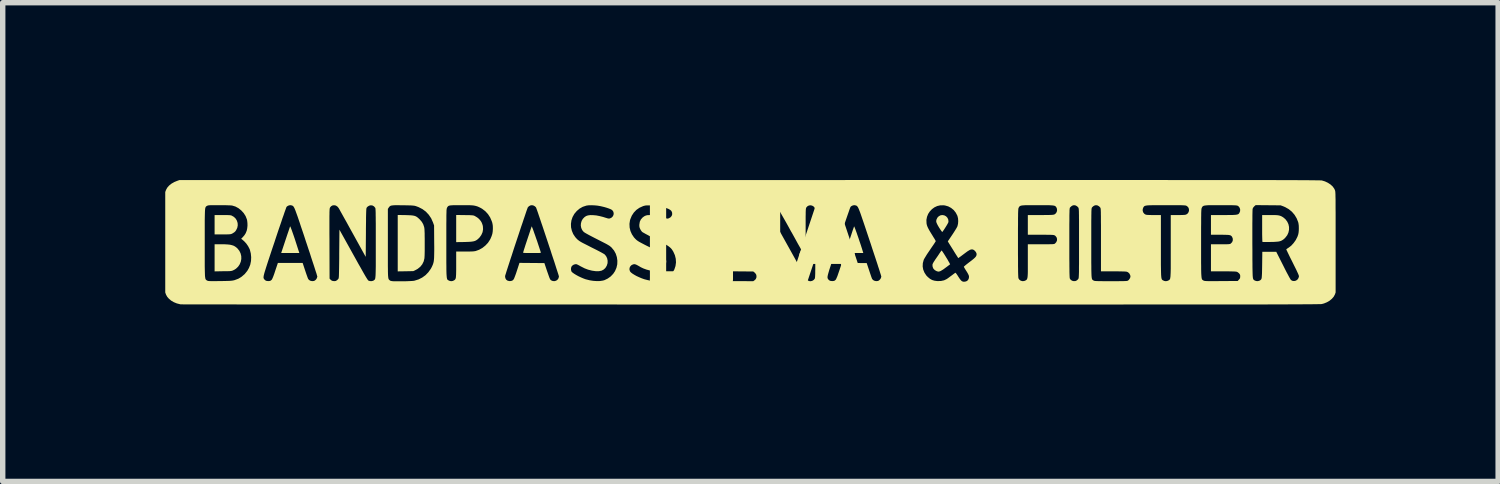
<source format=kicad_pcb>
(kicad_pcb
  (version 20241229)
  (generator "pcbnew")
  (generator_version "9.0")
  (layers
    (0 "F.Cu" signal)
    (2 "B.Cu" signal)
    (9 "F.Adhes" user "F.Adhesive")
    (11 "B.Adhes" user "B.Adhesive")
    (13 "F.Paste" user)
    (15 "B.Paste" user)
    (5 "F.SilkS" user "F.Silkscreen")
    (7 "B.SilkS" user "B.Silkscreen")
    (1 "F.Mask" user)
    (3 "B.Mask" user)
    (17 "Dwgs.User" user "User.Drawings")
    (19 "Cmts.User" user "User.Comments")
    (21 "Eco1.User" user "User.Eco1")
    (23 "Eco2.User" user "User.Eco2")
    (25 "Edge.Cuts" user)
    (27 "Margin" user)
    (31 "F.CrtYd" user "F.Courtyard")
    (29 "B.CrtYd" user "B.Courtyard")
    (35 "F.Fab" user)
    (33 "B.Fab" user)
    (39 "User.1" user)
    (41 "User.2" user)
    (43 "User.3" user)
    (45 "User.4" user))
  (footprint "LNA"
    (layer "F.Cu")
    (at 10.801 1.418)
    (property "Reference" "LNA" (at 0 0 0) (layer "F.SilkS") (effects (font (size 1.524 1.524) (thickness 0.3))))
    (attr through_hole)
    (fp_poly (pts (xy -8.493 -0.287) (xy -8.486 -0.272) (xy -8.476 -0.246) (xy -8.463 -0.211) (xy -8.448 -0.168) (xy -8.43 -0.117) (xy -8.411 -0.061) (xy -8.391 0.001) (xy -8.37 0.066) (xy -8.356 0.11) (xy -8.326 0.202) (xy -8.661 0.202) (xy -8.581 -0.039) (xy -8.563 -0.093) (xy -8.546 -0.144) (xy -8.53 -0.19) (xy -8.517 -0.229) (xy -8.507 -0.259) (xy -8.5 -0.28) (xy -8.496 -0.29) (xy -8.496 -0.29)) (stroke (width 0) (type solid)) (fill yes) (layer "F.SilkS"))
    (fp_poly (pts (xy 1.916 -0.286) (xy 1.923 -0.271) (xy 1.933 -0.246) (xy 1.945 -0.213) (xy 1.96 -0.172) (xy 1.976 -0.125) (xy 1.994 -0.074) (xy 2.012 -0.019) (xy 2.031 0.036) (xy 2.049 0.092) (xy 2.061 0.13) (xy 2.083 0.202) (xy 1.748 0.202) (xy 1.829 -0.039) (xy 1.847 -0.093) (xy 1.864 -0.144) (xy 1.879 -0.19) (xy 1.892 -0.229) (xy 1.903 -0.259) (xy 1.91 -0.28) (xy 1.913 -0.29) (xy 1.913 -0.29)) (stroke (width 0) (type solid)) (fill yes) (layer "F.SilkS"))
    (fp_poly (pts (xy -9.693 -0.499) (xy -9.653 -0.498) (xy -9.622 -0.497) (xy -9.6 -0.495) (xy -9.585 -0.492) (xy -9.576 -0.489) (xy -9.534 -0.465) (xy -9.501 -0.433) (xy -9.478 -0.394) (xy -9.465 -0.351) (xy -9.463 -0.307) (xy -9.472 -0.262) (xy -9.493 -0.219) (xy -9.508 -0.198) (xy -9.525 -0.182) (xy -9.548 -0.167) (xy -9.561 -0.159) (xy -9.573 -0.153) (xy -9.584 -0.149) (xy -9.596 -0.146) (xy -9.611 -0.144) (xy -9.632 -0.143) (xy -9.66 -0.142) (xy -9.698 -0.142) (xy -9.743 -0.142) (xy -9.89 -0.142) (xy -9.89 -0.499) (xy -9.745 -0.499)) (stroke (width 0) (type solid)) (fill yes) (layer "F.SilkS"))
    (fp_poly (pts (xy -9.77 0.041) (xy -9.704 0.041) (xy -9.649 0.044) (xy -9.604 0.049) (xy -9.567 0.058) (xy -9.535 0.069) (xy -9.508 0.085) (xy -9.482 0.105) (xy -9.468 0.118) (xy -9.433 0.162) (xy -9.41 0.21) (xy -9.398 0.261) (xy -9.397 0.312) (xy -9.407 0.363) (xy -9.427 0.411) (xy -9.457 0.455) (xy -9.496 0.492) (xy -9.538 0.517) (xy -9.551 0.523) (xy -9.562 0.528) (xy -9.574 0.531) (xy -9.589 0.534) (xy -9.608 0.536) (xy -9.635 0.537) (xy -9.67 0.538) (xy -9.716 0.538) (xy -9.733 0.538) (xy -9.89 0.541) (xy -9.89 0.04)) (stroke (width 0) (type solid)) (fill yes) (layer "F.SilkS"))
    (fp_poly (pts (xy 3.578 -0.493) (xy 3.61 -0.476) (xy 3.634 -0.451) (xy 3.65 -0.42) (xy 3.655 -0.385) (xy 3.654 -0.368) (xy 3.649 -0.356) (xy 3.638 -0.335) (xy 3.623 -0.309) (xy 3.605 -0.28) (xy 3.586 -0.25) (xy 3.568 -0.223) (xy 3.552 -0.2) (xy 3.542 -0.187) (xy 3.536 -0.19) (xy 3.526 -0.203) (xy 3.511 -0.224) (xy 3.493 -0.251) (xy 3.485 -0.263) (xy 3.461 -0.303) (xy 3.445 -0.334) (xy 3.434 -0.359) (xy 3.429 -0.379) (xy 3.43 -0.397) (xy 3.434 -0.416) (xy 3.434 -0.416) (xy 3.451 -0.451) (xy 3.477 -0.477) (xy 3.509 -0.494) (xy 3.542 -0.499)) (stroke (width 0) (type solid)) (fill yes) (layer "F.SilkS"))
    (fp_poly (pts (xy -5.274 -0.498) (xy -5.224 -0.497) (xy -5.185 -0.497) (xy -5.156 -0.495) (xy -5.135 -0.494) (xy -5.119 -0.492) (xy -5.106 -0.489) (xy -5.095 -0.485) (xy -5.083 -0.479) (xy -5.08 -0.477) (xy -5.042 -0.454) (xy -5.006 -0.423) (xy -4.977 -0.388) (xy -4.962 -0.363) (xy -4.952 -0.339) (xy -4.942 -0.309) (xy -4.938 -0.288) (xy -4.935 -0.236) (xy -4.944 -0.183) (xy -4.966 -0.133) (xy -4.998 -0.087) (xy -5.024 -0.061) (xy -5.044 -0.044) (xy -5.064 -0.031) (xy -5.085 -0.021) (xy -5.11 -0.014) (xy -5.14 -0.009) (xy -5.178 -0.005) (xy -5.226 -0.003) (xy -5.281 -0.001) (xy -5.431 0.001) (xy -5.431 -0.5)) (stroke (width 0) (type solid)) (fill yes) (layer "F.SilkS"))
    (fp_poly (pts (xy -6.37 -0.498) (xy -6.313 -0.496) (xy -6.267 -0.494) (xy -6.23 -0.49) (xy -6.201 -0.484) (xy -6.176 -0.475) (xy -6.154 -0.462) (xy -6.133 -0.445) (xy -6.11 -0.424) (xy -6.105 -0.419) (xy -6.066 -0.374) (xy -6.039 -0.327) (xy -6.022 -0.276) (xy -6.018 -0.252) (xy -6.016 -0.232) (xy -6.015 -0.201) (xy -6.013 -0.161) (xy -6.013 -0.113) (xy -6.012 -0.06) (xy -6.012 -0.004) (xy -6.012 0.053) (xy -6.012 0.109) (xy -6.012 0.162) (xy -6.013 0.209) (xy -6.014 0.25) (xy -6.016 0.281) (xy -6.017 0.299) (xy -6.031 0.357) (xy -6.057 0.41) (xy -6.094 0.456) (xy -6.141 0.494) (xy -6.171 0.511) (xy -6.223 0.536) (xy -6.366 0.539) (xy -6.51 0.541) (xy -6.51 -0.5)) (stroke (width 0) (type solid)) (fill yes) (layer "F.SilkS"))
    (fp_poly (pts (xy 9.644 -0.499) (xy 9.689 -0.498) (xy 9.724 -0.496) (xy 9.752 -0.492) (xy 9.775 -0.486) (xy 9.796 -0.478) (xy 9.816 -0.467) (xy 9.834 -0.456) (xy 9.876 -0.42) (xy 9.908 -0.377) (xy 9.93 -0.33) (xy 9.941 -0.279) (xy 9.941 -0.227) (xy 9.93 -0.176) (xy 9.908 -0.127) (xy 9.874 -0.083) (xy 9.86 -0.068) (xy 9.838 -0.049) (xy 9.817 -0.035) (xy 9.795 -0.023) (xy 9.771 -0.015) (xy 9.741 -0.009) (xy 9.704 -0.006) (xy 9.658 -0.003) (xy 9.6 -0.002) (xy 9.557 -0.001) (xy 9.519 -0.001) (xy 9.487 -0.001) (xy 9.464 -0.002) (xy 9.451 -0.003) (xy 9.45 -0.004) (xy 9.449 -0.012) (xy 9.448 -0.031) (xy 9.447 -0.061) (xy 9.446 -0.1) (xy 9.445 -0.146) (xy 9.445 -0.199) (xy 9.445 -0.254) (xy 9.445 -0.499) (xy 9.589 -0.499)) (stroke (width 0) (type solid)) (fill yes) (layer "F.SilkS"))
    (fp_poly (pts (xy -4.034 -0.286) (xy -4.028 -0.27) (xy -4.018 -0.245) (xy -4.005 -0.211) (xy -3.991 -0.17) (xy -3.974 -0.123) (xy -3.957 -0.073) (xy -3.938 -0.02) (xy -3.92 0.035) (xy -3.902 0.089) (xy -3.885 0.141) (xy -3.869 0.19) (xy -3.869 0.191) (xy -3.868 0.194) (xy -3.871 0.197) (xy -3.877 0.199) (xy -3.89 0.201) (xy -3.91 0.202) (xy -3.939 0.202) (xy -3.979 0.202) (xy -4.03 0.202) (xy -4.03 0.202) (xy -4.084 0.202) (xy -4.126 0.202) (xy -4.157 0.201) (xy -4.178 0.2) (xy -4.19 0.198) (xy -4.196 0.195) (xy -4.196 0.194) (xy -4.194 0.186) (xy -4.188 0.168) (xy -4.18 0.14) (xy -4.168 0.104) (xy -4.155 0.062) (xy -4.14 0.017) (xy -4.124 -0.031) (xy -4.108 -0.08) (xy -4.092 -0.127) (xy -4.077 -0.172) (xy -4.064 -0.212) (xy -4.053 -0.245) (xy -4.044 -0.271) (xy -4.038 -0.287) (xy -4.037 -0.29)) (stroke (width 0) (type solid)) (fill yes) (layer "F.SilkS"))
    (fp_poly (pts (xy 3.534 0.161) (xy 3.545 0.176) (xy 3.56 0.198) (xy 3.578 0.226) (xy 3.598 0.258) (xy 3.618 0.291) (xy 3.638 0.323) (xy 3.655 0.354) (xy 3.67 0.379) (xy 3.68 0.399) (xy 3.685 0.409) (xy 3.685 0.411) (xy 3.678 0.416) (xy 3.662 0.428) (xy 3.64 0.445) (xy 3.613 0.465) (xy 3.602 0.473) (xy 3.57 0.497) (xy 3.541 0.516) (xy 3.516 0.531) (xy 3.499 0.539) (xy 3.498 0.539) (xy 3.48 0.544) (xy 3.469 0.545) (xy 3.458 0.543) (xy 3.441 0.538) (xy 3.438 0.537) (xy 3.403 0.518) (xy 3.377 0.491) (xy 3.363 0.457) (xy 3.36 0.429) (xy 3.36 0.416) (xy 3.364 0.403) (xy 3.371 0.388) (xy 3.382 0.368) (xy 3.4 0.341) (xy 3.414 0.319) (xy 3.437 0.286) (xy 3.46 0.253) (xy 3.48 0.223) (xy 3.495 0.2) (xy 3.497 0.197) (xy 3.511 0.177) (xy 3.522 0.162) (xy 3.529 0.155) (xy 3.529 0.155)) (stroke (width 0) (type solid)) (fill yes) (layer "F.SilkS"))
    (fp_poly (pts (xy 5.554 -1.146) (xy 5.833 -1.146) (xy 6.102 -1.146) (xy 6.361 -1.146) (xy 6.61 -1.146) (xy 6.849 -1.146) (xy 7.079 -1.146) (xy 7.299 -1.146) (xy 7.51 -1.146) (xy 7.711 -1.145) (xy 7.904 -1.145) (xy 8.088 -1.145) (xy 8.264 -1.145) (xy 8.431 -1.145) (xy 8.59 -1.145) (xy 8.741 -1.145) (xy 8.885 -1.145) (xy 9.021 -1.145) (xy 9.149 -1.145) (xy 9.271 -1.144) (xy 9.385 -1.144) (xy 9.493 -1.144) (xy 9.594 -1.144) (xy 9.689 -1.144) (xy 9.777 -1.143) (xy 9.86 -1.143) (xy 9.937 -1.143) (xy 10.008 -1.143) (xy 10.074 -1.143) (xy 10.134 -1.142) (xy 10.19 -1.142) (xy 10.24 -1.142) (xy 10.286 -1.142) (xy 10.328 -1.141) (xy 10.365 -1.141) (xy 10.398 -1.141) (xy 10.427 -1.14) (xy 10.453 -1.14) (xy 10.475 -1.14) (xy 10.493 -1.139) (xy 10.509 -1.139) (xy 10.522 -1.138) (xy 10.532 -1.138) (xy 10.539 -1.138) (xy 10.544 -1.137) (xy 10.547 -1.137) (xy 10.604 -1.12) (xy 10.657 -1.095) (xy 10.705 -1.064) (xy 10.745 -1.028) (xy 10.774 -0.988) (xy 10.787 -0.962) (xy 10.789 -0.956) (xy 10.791 -0.951) (xy 10.792 -0.944) (xy 10.794 -0.936) (xy 10.795 -0.926) (xy 10.796 -0.913) (xy 10.797 -0.896) (xy 10.798 -0.875) (xy 10.798 -0.849) (xy 10.799 -0.817) (xy 10.8 -0.778) (xy 10.8 -0.733) (xy 10.8 -0.68) (xy 10.8 -0.619) (xy 10.801 -0.548) (xy 10.801 -0.467) (xy 10.801 -0.376) (xy 10.801 -0.274) (xy 10.801 -0.16) (xy 10.801 -0.033) (xy 10.801 0.93) (xy 10.787 0.969) (xy 10.765 1.009) (xy 10.732 1.047) (xy 10.69 1.082) (xy 10.64 1.111) (xy 10.586 1.133) (xy 10.548 1.143) (xy 10.545 1.144) (xy 10.539 1.144) (xy 10.531 1.145) (xy 10.52 1.145) (xy 10.507 1.146) (xy 10.49 1.146) (xy 10.47 1.146) (xy 10.447 1.147) (xy 10.419 1.147) (xy 10.388 1.147) (xy 10.353 1.148) (xy 10.314 1.148) (xy 10.27 1.148) (xy 10.222 1.148) (xy 10.169 1.149) (xy 10.111 1.149) (xy 10.048 1.149) (xy 9.979 1.149) (xy 9.904 1.15) (xy 9.824 1.15) (xy 9.738 1.15) (xy 9.646 1.15) (xy 9.548 1.151) (xy 9.443 1.151) (xy 9.331 1.151) (xy 9.212 1.151) (xy 9.086 1.151) (xy 8.953 1.151) (xy 8.813 1.151) (xy 8.664 1.152) (xy 8.508 1.152) (xy 8.344 1.152) (xy 8.172 1.152) (xy 7.991 1.152) (xy 7.801 1.152) (xy 7.603 1.152) (xy 7.395 1.152) (xy 7.179 1.152) (xy 6.953 1.152) (xy 6.717 1.153) (xy 6.471 1.153) (xy 6.216 1.153) (xy 5.951 1.153) (xy 5.675 1.153) (xy 5.388 1.153) (xy 5.091 1.153) (xy 4.783 1.153) (xy 4.463 1.153) (xy 4.133 1.153) (xy 3.791 1.153) (xy 3.437 1.153) (xy 3.071 1.153) (xy 2.693 1.153) (xy 2.303 1.153) (xy 1.901 1.153) (xy 1.485 1.153) (xy 1.057 1.153) (xy 0.616 1.153) (xy 0.162 1.153) (xy -0.003 1.153) (xy -0.38 1.153) (xy -0.753 1.153) (xy -1.123 1.153) (xy -1.489 1.153) (xy -1.852 1.153) (xy -2.21 1.153) (xy -2.564 1.152) (xy -2.913 1.152) (xy -3.258 1.152) (xy -3.597 1.152) (xy -3.931 1.152) (xy -4.26 1.152) (xy -4.583 1.152) (xy -4.9 1.152) (xy -5.21 1.152) (xy -5.515 1.152) (xy -5.812 1.152) (xy -6.103 1.152) (xy -6.387 1.152) (xy -6.663 1.152) (xy -6.932 1.152) (xy -7.193 1.152) (xy -7.446 1.151) (xy -7.69 1.151) (xy -7.927 1.151) (xy -8.154 1.151) (xy -8.373 1.151) (xy -8.582 1.151) (xy -8.782 1.151) (xy -8.972 1.151) (xy -9.153 1.151) (xy -9.323 1.151) (xy -9.483 1.151) (xy -9.633 1.15) (xy -9.772 1.15) (xy -9.899 1.15) (xy -10.016 1.15) (xy -10.121 1.15) (xy -10.214 1.15) (xy -10.296 1.15) (xy -10.365 1.15) (xy -10.422 1.15) (xy -10.466 1.15) (xy -10.497 1.149) (xy -10.516 1.149) (xy -10.521 1.149) (xy -10.588 1.132) (xy -10.644 1.109) (xy -10.693 1.08) (xy -10.734 1.045) (xy -10.764 1.011) (xy -10.783 0.977) (xy -10.787 0.969) (xy -10.801 0.93) (xy -10.801 0.129) (xy -10.072 0.129) (xy -10.072 0.226) (xy -10.072 0.311) (xy -10.072 0.384) (xy -10.072 0.447) (xy -10.071 0.501) (xy -10.07 0.547) (xy -10.069 0.584) (xy -10.068 0.615) (xy -10.066 0.639) (xy -10.063 0.658) (xy -10.061 0.672) (xy -10.057 0.683) (xy -10.053 0.691) (xy -10.048 0.696) (xy -10.043 0.701) (xy -10.037 0.705) (xy -10.031 0.709) (xy -10.024 0.712) (xy -10.017 0.715) (xy -10.007 0.718) (xy -9.994 0.719) (xy -9.976 0.72) (xy -9.951 0.721) (xy -9.918 0.721) (xy -9.875 0.721) (xy -9.821 0.72) (xy -9.792 0.72) (xy -9.731 0.719) (xy -9.682 0.718) (xy -9.643 0.717) (xy -9.612 0.716) (xy -9.587 0.714) (xy -9.568 0.712) (xy -9.551 0.709) (xy -9.535 0.706) (xy -9.523 0.703) (xy -9.453 0.677) (xy -9.409 0.651) (xy -8.987 0.651) (xy -8.987 0.66) (xy -8.985 0.668) (xy -8.982 0.674) (xy -8.978 0.68) (xy -8.974 0.687) (xy -8.954 0.707) (xy -8.927 0.718) (xy -8.892 0.72) (xy -8.868 0.717) (xy -8.853 0.71) (xy -8.839 0.698) (xy -8.837 0.697) (xy -8.829 0.684) (xy -8.818 0.661) (xy -8.805 0.629) (xy -8.789 0.585) (xy -8.771 0.53) (xy -8.722 0.385) (xy -8.265 0.385) (xy -8.22 0.521) (xy -8.206 0.563) (xy -8.193 0.601) (xy -8.181 0.634) (xy -8.172 0.659) (xy -8.166 0.674) (xy -8.165 0.677) (xy -8.147 0.7) (xy -8.12 0.715) (xy -8.089 0.721) (xy -8.058 0.718) (xy -8.038 0.709) (xy -8.018 0.691) (xy -8.003 0.667) (xy -7.995 0.641) (xy -7.994 0.634) (xy -7.997 0.626) (xy -8.003 0.605) (xy -8.012 0.574) (xy -8.026 0.533) (xy -8.042 0.482) (xy -8.061 0.423) (xy -8.083 0.357) (xy -8.107 0.284) (xy -8.132 0.205) (xy -8.16 0.122) (xy -8.189 0.034) (xy -8.204 -0.01) (xy -8.238 -0.115) (xy -8.269 -0.207) (xy -8.297 -0.289) (xy -8.32 -0.36) (xy -8.326 -0.377) (xy -7.771 -0.377) (xy -7.771 -0.312) (xy -7.771 -0.237) (xy -7.771 -0.151) (xy -7.77 -0.053) (xy -7.77 0.028) (xy -7.768 0.674) (xy -7.752 0.692) (xy -7.732 0.709) (xy -7.71 0.718) (xy -7.681 0.721) (xy -7.68 0.721) (xy -7.654 0.718) (xy -7.632 0.705) (xy -7.63 0.704) (xy -7.615 0.689) (xy -7.603 0.674) (xy -7.601 0.672) (xy -7.6 0.666) (xy -7.598 0.652) (xy -7.596 0.63) (xy -7.595 0.6) (xy -7.594 0.561) (xy -7.593 0.512) (xy -7.592 0.451) (xy -7.591 0.38) (xy -7.59 0.296) (xy -7.59 0.215) (xy -7.586 -0.229) (xy -7.327 0.237) (xy -7.278 0.325) (xy -7.235 0.403) (xy -7.197 0.469) (xy -7.165 0.526) (xy -7.138 0.574) (xy -7.115 0.614) (xy -7.096 0.646) (xy -7.081 0.67) (xy -7.069 0.689) (xy -7.06 0.701) (xy -7.053 0.709) (xy -7.049 0.712) (xy -7.023 0.72) (xy -6.993 0.721) (xy -6.966 0.715) (xy -6.953 0.708) (xy -6.947 0.703) (xy -6.941 0.699) (xy -6.936 0.694) (xy -6.932 0.688) (xy -6.928 0.68) (xy -6.925 0.669) (xy -6.923 0.655) (xy -6.921 0.636) (xy -6.919 0.611) (xy -6.918 0.581) (xy -6.917 0.544) (xy -6.916 0.498) (xy -6.915 0.445) (xy -6.915 0.381) (xy -6.915 0.308) (xy -6.915 0.224) (xy -6.915 0.13) (xy -6.692 0.13) (xy -6.692 0.226) (xy -6.692 0.309) (xy -6.692 0.382) (xy -6.692 0.445) (xy -6.691 0.498) (xy -6.691 0.543) (xy -6.69 0.58) (xy -6.689 0.61) (xy -6.687 0.634) (xy -6.685 0.652) (xy -6.683 0.667) (xy -6.68 0.677) (xy -6.677 0.685) (xy -6.673 0.691) (xy -6.668 0.696) (xy -6.663 0.701) (xy -6.66 0.704) (xy -6.652 0.71) (xy -6.643 0.715) (xy -6.631 0.718) (xy -6.614 0.721) (xy -6.591 0.723) (xy -6.56 0.724) (xy -6.52 0.724) (xy -6.47 0.724) (xy -6.424 0.724) (xy -6.359 0.723) (xy -6.307 0.721) (xy -6.265 0.719) (xy -6.232 0.717) (xy -6.207 0.714) (xy -6.196 0.711) (xy -6.125 0.689) (xy -6.058 0.655) (xy -5.997 0.611) (xy -5.944 0.556) (xy -5.9 0.494) (xy -5.882 0.461) (xy -5.872 0.439) (xy -5.863 0.419) (xy -5.856 0.399) (xy -5.85 0.378) (xy -5.845 0.355) (xy -5.842 0.328) (xy -5.839 0.296) (xy -5.838 0.257) (xy -5.837 0.211) (xy -5.836 0.155) (xy -5.836 0.129) (xy -5.613 0.129) (xy -5.613 0.226) (xy -5.613 0.311) (xy -5.613 0.384) (xy -5.612 0.448) (xy -5.612 0.501) (xy -5.611 0.547) (xy -5.61 0.584) (xy -5.608 0.615) (xy -5.606 0.639) (xy -5.604 0.658) (xy -5.601 0.672) (xy -5.598 0.683) (xy -5.594 0.691) (xy -5.589 0.696) (xy -5.584 0.701) (xy -5.578 0.704) (xy -5.571 0.708) (xy -5.548 0.718) (xy -5.522 0.722) (xy -5.522 0.722) (xy -5.496 0.718) (xy -5.473 0.708) (xy -5.473 0.708) (xy -5.462 0.701) (xy -5.454 0.694) (xy -5.447 0.685) (xy -5.441 0.672) (xy -5.437 0.655) (xy -5.435 0.632) (xy -5.435 0.63) (xy -4.529 0.63) (xy -4.524 0.665) (xy -4.509 0.693) (xy -4.485 0.711) (xy -4.452 0.72) (xy -4.434 0.72) (xy -4.409 0.716) (xy -4.392 0.709) (xy -4.379 0.698) (xy -4.371 0.688) (xy -4.362 0.672) (xy -4.353 0.649) (xy -4.341 0.618) (xy -4.326 0.577) (xy -4.311 0.531) (xy -4.263 0.384) (xy -4.033 0.386) (xy -3.803 0.388) (xy -3.752 0.54) (xy -3.735 0.588) (xy -3.722 0.625) (xy -3.712 0.653) (xy -3.704 0.672) (xy -3.697 0.686) (xy -3.69 0.696) (xy -3.684 0.702) (xy -3.677 0.707) (xy -3.648 0.719) (xy -3.617 0.721) (xy -3.587 0.713) (xy -3.562 0.696) (xy -3.544 0.671) (xy -3.535 0.641) (xy -3.535 0.633) (xy -3.537 0.625) (xy -3.543 0.604) (xy -3.553 0.573) (xy -3.566 0.533) (xy -3.582 0.484) (xy -3.6 0.427) (xy -3.62 0.364) (xy -3.643 0.296) (xy -3.667 0.224) (xy -3.691 0.148) (xy -3.717 0.071) (xy -3.743 -0.008) (xy -3.769 -0.086) (xy -3.795 -0.164) (xy -3.82 -0.239) (xy -3.844 -0.311) (xy -3.853 -0.336) (xy -3.313 -0.336) (xy -3.311 -0.272) (xy -3.296 -0.208) (xy -3.271 -0.148) (xy -3.233 -0.091) (xy -3.205 -0.06) (xy -3.193 -0.048) (xy -3.181 -0.038) (xy -3.168 -0.028) (xy -3.153 -0.017) (xy -3.133 -0.005) (xy -3.109 0.009) (xy -3.078 0.025) (xy -3.038 0.045) (xy -2.989 0.07) (xy -2.937 0.097) (xy -2.885 0.123) (xy -2.837 0.147) (xy -2.793 0.17) (xy -2.755 0.19) (xy -2.725 0.207) (xy -2.704 0.219) (xy -2.694 0.225) (xy -2.665 0.258) (xy -2.645 0.299) (xy -2.636 0.343) (xy -2.637 0.389) (xy -2.651 0.434) (xy -2.654 0.44) (xy -2.678 0.479) (xy -2.71 0.508) (xy -2.748 0.528) (xy -2.795 0.537) (xy -2.85 0.538) (xy -2.915 0.529) (xy -2.927 0.527) (xy -2.997 0.509) (xy -3.06 0.485) (xy -3.123 0.453) (xy -3.137 0.446) (xy -3.163 0.431) (xy -3.188 0.418) (xy -3.206 0.41) (xy -3.212 0.408) (xy -3.235 0.409) (xy -3.262 0.417) (xy -3.285 0.432) (xy -3.301 0.45) (xy -3.302 0.451) (xy -3.311 0.478) (xy -3.312 0.508) (xy -3.306 0.535) (xy -3.299 0.549) (xy -3.281 0.565) (xy -3.253 0.585) (xy -3.217 0.607) (xy -3.177 0.629) (xy -3.133 0.65) (xy -3.089 0.669) (xy -3.047 0.685) (xy -3.028 0.69) (xy -2.964 0.706) (xy -2.899 0.716) (xy -2.836 0.72) (xy -2.777 0.719) (xy -2.725 0.711) (xy -2.695 0.703) (xy -2.635 0.674) (xy -2.58 0.635) (xy -2.533 0.586) (xy -2.5 0.537) (xy -2.473 0.475) (xy -2.458 0.41) (xy -2.456 0.344) (xy -2.465 0.279) (xy -2.485 0.216) (xy -2.517 0.157) (xy -2.56 0.105) (xy -2.56 0.104) (xy -2.572 0.093) (xy -2.584 0.083) (xy -2.597 0.072) (xy -2.613 0.062) (xy -2.633 0.05) (xy -2.659 0.035) (xy -2.692 0.018) (xy -2.733 -0.003) (xy -2.784 -0.029) (xy -2.827 -0.051) (xy -2.882 -0.079) (xy -2.934 -0.106) (xy -2.98 -0.13) (xy -3.018 -0.151) (xy -3.048 -0.168) (xy -3.068 -0.181) (xy -3.076 -0.186) (xy -3.105 -0.221) (xy -3.123 -0.261) (xy -3.131 -0.304) (xy -3.129 -0.336) (xy -2.233 -0.336) (xy -2.23 -0.27) (xy -2.215 -0.205) (xy -2.188 -0.144) (xy -2.15 -0.087) (xy -2.126 -0.061) (xy -2.114 -0.049) (xy -2.102 -0.038) (xy -2.089 -0.028) (xy -2.074 -0.018) (xy -2.056 -0.006) (xy -2.032 0.007) (xy -2.002 0.023) (xy -1.964 0.043) (xy -1.917 0.067) (xy -1.859 0.095) (xy -1.85 0.1) (xy -1.786 0.132) (xy -1.733 0.16) (xy -1.69 0.183) (xy -1.655 0.202) (xy -1.628 0.219) (xy -1.607 0.234) (xy -1.592 0.248) (xy -1.581 0.262) (xy -1.573 0.276) (xy -1.566 0.292) (xy -1.561 0.309) (xy -1.554 0.355) (xy -1.559 0.401) (xy -1.575 0.444) (xy -1.6 0.481) (xy -1.634 0.511) (xy -1.671 0.53) (xy -1.708 0.538) (xy -1.754 0.539) (xy -1.805 0.534) (xy -1.861 0.523) (xy -1.918 0.508) (xy -1.973 0.488) (xy -2.024 0.464) (xy -2.049 0.449) (xy -2.084 0.429) (xy -2.11 0.416) (xy -2.132 0.409) (xy -2.15 0.409) (xy -2.165 0.411) (xy -2.196 0.426) (xy -2.218 0.449) (xy -2.231 0.477) (xy -2.233 0.508) (xy -2.223 0.54) (xy -2.22 0.544) (xy -2.204 0.562) (xy -2.178 0.582) (xy -2.143 0.604) (xy -2.102 0.627) (xy -2.056 0.648) (xy -2.009 0.668) (xy -1.962 0.685) (xy -1.951 0.688) (xy -1.892 0.703) (xy -1.83 0.714) (xy -1.769 0.72) (xy -1.714 0.721) (xy -1.666 0.717) (xy -1.653 0.715) (xy -1.602 0.698) (xy -1.551 0.671) (xy -1.504 0.638) (xy -1.482 0.618) (xy -1.437 0.564) (xy -1.404 0.505) (xy -1.383 0.442) (xy -1.374 0.376) (xy -1.378 0.309) (xy -1.394 0.243) (xy -1.423 0.178) (xy -1.428 0.17) (xy -1.441 0.149) (xy -1.454 0.13) (xy -1.469 0.113) (xy -1.487 0.097) (xy -1.508 0.08) (xy -1.535 0.062) (xy -1.569 0.042) (xy -1.61 0.019) (xy -1.66 -0.007) (xy -1.721 -0.039) (xy -1.751 -0.054) (xy -1.803 -0.081) (xy -1.852 -0.106) (xy -1.896 -0.13) (xy -1.934 -0.15) (xy -1.964 -0.167) (xy -1.986 -0.179) (xy -1.996 -0.186) (xy -1.997 -0.186) (xy -2.011 -0.202) (xy -2.026 -0.224) (xy -2.034 -0.24) (xy -2.044 -0.262) (xy -2.049 -0.281) (xy -2.051 -0.303) (xy -2.05 -0.326) (xy -2.042 -0.375) (xy -2.023 -0.416) (xy -1.992 -0.452) (xy -1.978 -0.463) (xy -1.953 -0.48) (xy -1.927 -0.491) (xy -1.898 -0.497) (xy -1.86 -0.498) (xy -1.822 -0.497) (xy -1.775 -0.493) (xy -1.733 -0.487) (xy -1.689 -0.478) (xy -1.642 -0.465) (xy -1.598 -0.451) (xy -1.568 -0.441) (xy -1.548 -0.436) (xy -1.534 -0.433) (xy -1.522 -0.434) (xy -1.51 -0.438) (xy -1.502 -0.441) (xy -1.473 -0.459) (xy -1.453 -0.484) (xy -1.444 -0.513) (xy -1.446 -0.545) (xy -1.459 -0.574) (xy -1.478 -0.592) (xy -1.51 -0.611) (xy -1.53 -0.619) (xy -0.607 -0.619) (xy -0.607 0.667) (xy -0.589 0.688) (xy -0.574 0.703) (xy -0.56 0.714) (xy -0.557 0.715) (xy -0.548 0.717) (xy -0.526 0.718) (xy -0.494 0.719) (xy -0.453 0.72) (xy -0.404 0.72) (xy -0.348 0.721) (xy -0.288 0.721) (xy -0.246 0.721) (xy 0.052 0.722) (xy 0.075 0.706) (xy 0.098 0.684) (xy 0.11 0.656) (xy 0.112 0.625) (xy 0.104 0.595) (xy 0.084 0.569) (xy 0.076 0.562) (xy 0.052 0.543) (xy -0.432 0.539) (xy -0.432 0.128) (xy 0.337 0.128) (xy 0.337 0.225) (xy 0.337 0.309) (xy 0.338 0.383) (xy 0.338 0.447) (xy 0.338 0.501) (xy 0.339 0.546) (xy 0.34 0.584) (xy 0.342 0.614) (xy 0.344 0.639) (xy 0.346 0.658) (xy 0.349 0.672) (xy 0.352 0.683) (xy 0.356 0.691) (xy 0.361 0.696) (xy 0.366 0.701) (xy 0.373 0.704) (xy 0.379 0.708) (xy 0.409 0.719) (xy 0.442 0.721) (xy 0.472 0.712) (xy 0.489 0.699) (xy 0.503 0.683) (xy 0.506 0.679) (xy 0.508 0.674) (xy 0.51 0.666) (xy 0.512 0.655) (xy 0.513 0.64) (xy 0.514 0.62) (xy 0.515 0.594) (xy 0.516 0.561) (xy 0.517 0.519) (xy 0.517 0.469) (xy 0.518 0.408) (xy 0.519 0.336) (xy 0.519 0.252) (xy 0.519 0.216) (xy 0.523 -0.232) (xy 0.779 0.228) (xy 0.83 0.32) (xy 0.876 0.404) (xy 0.918 0.477) (xy 0.955 0.542) (xy 0.986 0.596) (xy 1.012 0.64) (xy 1.032 0.673) (xy 1.046 0.695) (xy 1.054 0.705) (xy 1.054 0.705) (xy 1.08 0.719) (xy 1.11 0.723) (xy 1.14 0.716) (xy 1.167 0.7) (xy 1.185 0.679) (xy 1.187 0.675) (xy 1.189 0.67) (xy 1.19 0.663) (xy 1.192 0.654) (xy 1.192 0.651) (xy 1.423 0.651) (xy 1.423 0.66) (xy 1.425 0.668) (xy 1.428 0.674) (xy 1.431 0.68) (xy 1.435 0.687) (xy 1.455 0.707) (xy 1.482 0.718) (xy 1.517 0.72) (xy 1.541 0.717) (xy 1.557 0.71) (xy 1.571 0.698) (xy 1.572 0.697) (xy 1.581 0.684) (xy 1.591 0.661) (xy 1.605 0.629) (xy 1.62 0.585) (xy 1.639 0.53) (xy 1.688 0.384) (xy 1.917 0.386) (xy 2.146 0.388) (xy 2.192 0.526) (xy 2.206 0.568) (xy 2.219 0.606) (xy 2.23 0.639) (xy 2.239 0.663) (xy 2.245 0.678) (xy 2.246 0.68) (xy 2.264 0.701) (xy 2.291 0.715) (xy 2.321 0.721) (xy 2.352 0.718) (xy 2.372 0.709) (xy 2.391 0.691) (xy 2.407 0.667) (xy 2.415 0.641) (xy 2.415 0.634) (xy 2.413 0.626) (xy 2.407 0.605) (xy 2.397 0.574) (xy 2.384 0.532) (xy 2.368 0.482) (xy 2.357 0.45) (xy 3.179 0.45) (xy 3.189 0.508) (xy 3.212 0.564) (xy 3.246 0.616) (xy 3.275 0.646) (xy 3.314 0.678) (xy 3.353 0.7) (xy 3.397 0.713) (xy 3.449 0.72) (xy 3.455 0.72) (xy 3.518 0.718) (xy 3.574 0.706) (xy 3.616 0.686) (xy 3.631 0.677) (xy 3.654 0.661) (xy 3.683 0.639) (xy 3.716 0.615) (xy 3.752 0.588) (xy 3.782 0.566) (xy 3.788 0.569) (xy 3.8 0.583) (xy 3.817 0.607) (xy 3.834 0.634) (xy 3.859 0.672) (xy 3.88 0.7) (xy 3.898 0.718) (xy 3.916 0.728) (xy 3.935 0.732) (xy 3.957 0.731) (xy 3.959 0.731) (xy 3.981 0.725) (xy 3.999 0.717) (xy 4.019 0.696) (xy 4.032 0.666) (xy 4.034 0.641) (xy 4.033 0.627) (xy 4.028 0.611) (xy 4.019 0.592) (xy 4.005 0.566) (xy 3.987 0.537) (xy 3.969 0.509) (xy 3.954 0.484) (xy 3.944 0.466) (xy 3.939 0.456) (xy 3.939 0.456) (xy 3.943 0.45) (xy 3.958 0.437) (xy 3.979 0.419) (xy 4.007 0.397) (xy 4.039 0.372) (xy 4.045 0.368) (xy 4.088 0.335) (xy 4.121 0.308) (xy 4.145 0.286) (xy 4.161 0.267) (xy 4.17 0.25) (xy 4.174 0.234) (xy 4.174 0.217) (xy 4.173 0.211) (xy 4.163 0.187) (xy 4.145 0.164) (xy 4.124 0.146) (xy 4.106 0.138) (xy 4.09 0.135) (xy 4.074 0.137) (xy 4.055 0.142) (xy 4.034 0.154) (xy 4.006 0.171) (xy 3.972 0.196) (xy 3.94 0.22) (xy 3.908 0.244) (xy 3.88 0.265) (xy 3.857 0.281) (xy 3.842 0.292) (xy 3.836 0.296) (xy 3.836 0.296) (xy 3.832 0.29) (xy 3.822 0.274) (xy 3.806 0.249) (xy 3.786 0.218) (xy 3.763 0.181) (xy 3.738 0.14) (xy 3.662 0.019) (xy 4.938 0.019) (xy 4.938 0.127) (xy 4.938 0.223) (xy 4.939 0.307) (xy 4.939 0.38) (xy 4.939 0.443) (xy 4.94 0.496) (xy 4.94 0.54) (xy 4.941 0.576) (xy 4.942 0.606) (xy 4.943 0.628) (xy 4.944 0.646) (xy 4.945 0.658) (xy 4.947 0.667) (xy 4.948 0.671) (xy 4.965 0.696) (xy 4.99 0.713) (xy 5.02 0.721) (xy 5.052 0.719) (xy 5.077 0.709) (xy 5.087 0.703) (xy 5.095 0.697) (xy 5.102 0.689) (xy 5.107 0.679) (xy 5.111 0.665) (xy 5.115 0.646) (xy 5.117 0.621) (xy 5.119 0.588) (xy 5.12 0.547) (xy 5.12 0.497) (xy 5.12 0.435) (xy 5.12 0.362) (xy 5.12 0.345) (xy 5.12 0.04) (xy 5.362 0.04) (xy 5.426 0.04) (xy 5.477 0.04) (xy 5.518 0.04) (xy 5.55 0.039) (xy 5.573 0.039) (xy 5.59 0.037) (xy 5.602 0.036) (xy 5.611 0.033) (xy 5.617 0.03) (xy 5.622 0.027) (xy 5.622 0.026) (xy 5.631 0.017) (xy 5.886 0.017) (xy 5.886 0.127) (xy 5.886 0.224) (xy 5.886 0.31) (xy 5.887 0.384) (xy 5.887 0.447) (xy 5.888 0.501) (xy 5.888 0.547) (xy 5.889 0.583) (xy 5.89 0.613) (xy 5.891 0.636) (xy 5.892 0.652) (xy 5.893 0.664) (xy 5.895 0.671) (xy 5.895 0.673) (xy 5.912 0.697) (xy 5.938 0.714) (xy 5.968 0.721) (xy 5.999 0.719) (xy 6.018 0.711) (xy 6.036 0.698) (xy 6.051 0.68) (xy 6.052 0.679) (xy 6.054 0.675) (xy 6.056 0.671) (xy 6.058 0.664) (xy 6.059 0.656) (xy 6.06 0.644) (xy 6.061 0.628) (xy 6.062 0.607) (xy 6.063 0.58) (xy 6.064 0.547) (xy 6.064 0.506) (xy 6.064 0.458) (xy 6.065 0.4) (xy 6.065 0.332) (xy 6.065 0.253) (xy 6.065 0.163) (xy 6.065 0.126) (xy 6.291 0.126) (xy 6.291 0.223) (xy 6.291 0.308) (xy 6.291 0.382) (xy 6.292 0.445) (xy 6.292 0.5) (xy 6.293 0.545) (xy 6.294 0.583) (xy 6.295 0.614) (xy 6.297 0.638) (xy 6.299 0.657) (xy 6.302 0.672) (xy 6.305 0.683) (xy 6.309 0.691) (xy 6.314 0.696) (xy 6.319 0.701) (xy 6.325 0.704) (xy 6.33 0.708) (xy 6.336 0.711) (xy 6.342 0.714) (xy 6.351 0.716) (xy 6.363 0.718) (xy 6.379 0.719) (xy 6.401 0.72) (xy 6.431 0.721) (xy 6.468 0.721) (xy 6.516 0.722) (xy 6.574 0.722) (xy 6.644 0.722) (xy 6.651 0.722) (xy 6.723 0.722) (xy 6.783 0.722) (xy 6.831 0.721) (xy 6.87 0.721) (xy 6.901 0.72) (xy 6.924 0.719) (xy 6.941 0.718) (xy 6.953 0.716) (xy 6.962 0.714) (xy 6.968 0.711) (xy 6.97 0.71) (xy 6.985 0.697) (xy 6.999 0.677) (xy 7.004 0.669) (xy 7.012 0.649) (xy 7.014 0.634) (xy 7.011 0.616) (xy 7.01 0.612) (xy 6.994 0.58) (xy 6.969 0.557) (xy 6.945 0.547) (xy 6.93 0.545) (xy 6.902 0.543) (xy 6.864 0.542) (xy 6.814 0.541) (xy 6.755 0.54) (xy 6.694 0.54) (xy 6.47 0.54) (xy 6.47 -0.038) (xy 6.47 -0.14) (xy 6.47 -0.229) (xy 6.47 -0.306) (xy 6.469 -0.372) (xy 6.469 -0.428) (xy 6.469 -0.476) (xy 6.468 -0.515) (xy 6.468 -0.546) (xy 6.467 -0.571) (xy 6.467 -0.577) (xy 7.24 -0.577) (xy 7.25 -0.547) (xy 7.27 -0.522) (xy 7.288 -0.51) (xy 7.299 -0.506) (xy 7.312 -0.503) (xy 7.331 -0.501) (xy 7.358 -0.5) (xy 7.393 -0.499) (xy 7.44 -0.499) (xy 7.444 -0.499) (xy 7.576 -0.499) (xy 7.576 0.074) (xy 7.576 0.179) (xy 7.576 0.27) (xy 7.576 0.35) (xy 7.576 0.419) (xy 7.577 0.478) (xy 7.578 0.528) (xy 7.579 0.569) (xy 7.58 0.603) (xy 7.582 0.63) (xy 7.584 0.651) (xy 7.587 0.667) (xy 7.59 0.679) (xy 7.594 0.688) (xy 7.599 0.695) (xy 7.604 0.7) (xy 7.61 0.704) (xy 7.617 0.708) (xy 7.618 0.708) (xy 7.641 0.718) (xy 7.667 0.722) (xy 7.667 0.722) (xy 7.693 0.718) (xy 7.716 0.708) (xy 7.717 0.708) (xy 7.724 0.704) (xy 7.73 0.7) (xy 7.735 0.695) (xy 7.74 0.689) (xy 7.744 0.68) (xy 7.748 0.669) (xy 7.75 0.653) (xy 7.753 0.632) (xy 7.754 0.605) (xy 7.756 0.572) (xy 7.757 0.532) (xy 7.758 0.483) (xy 7.758 0.425) (xy 7.758 0.357) (xy 7.758 0.278) (xy 7.758 0.187) (xy 7.758 0.129) (xy 8.318 0.129) (xy 8.318 0.226) (xy 8.318 0.311) (xy 8.318 0.384) (xy 8.319 0.447) (xy 8.319 0.501) (xy 8.32 0.547) (xy 8.321 0.584) (xy 8.323 0.615) (xy 8.325 0.639) (xy 8.327 0.658) (xy 8.33 0.672) (xy 8.333 0.683) (xy 8.337 0.691) (xy 8.342 0.696) (xy 8.348 0.701) (xy 8.354 0.705) (xy 8.36 0.708) (xy 8.366 0.712) (xy 8.372 0.714) (xy 8.38 0.716) (xy 8.392 0.718) (xy 8.407 0.719) (xy 8.429 0.72) (xy 8.457 0.721) (xy 8.493 0.721) (xy 8.539 0.721) (xy 8.595 0.721) (xy 8.663 0.72) (xy 8.688 0.72) (xy 8.994 0.718) (xy 9.017 0.693) (xy 9.032 0.675) (xy 9.038 0.659) (xy 9.04 0.637) (xy 9.04 0.634) (xy 9.039 0.611) (xy 9.032 0.594) (xy 9.019 0.577) (xy 9.018 0.576) (xy 8.992 0.555) (xy 8.969 0.546) (xy 8.956 0.545) (xy 8.931 0.543) (xy 8.896 0.542) (xy 8.854 0.541) (xy 8.805 0.54) (xy 8.752 0.54) (xy 8.721 0.54) (xy 8.5 0.54) (xy 8.5 0.04) (xy 8.675 0.04) (xy 8.728 0.04) (xy 8.769 0.04) (xy 8.801 0.04) (xy 8.824 0.039) (xy 8.84 0.037) (xy 8.851 0.035) (xy 8.859 0.032) (xy 8.865 0.028) (xy 8.867 0.026) (xy 8.891 0.001) (xy 8.903 -0.03) (xy 8.903 -0.062) (xy 8.892 -0.092) (xy 8.884 -0.105) (xy 8.875 -0.114) (xy 8.864 -0.122) (xy 8.849 -0.127) (xy 8.829 -0.131) (xy 8.802 -0.133) (xy 8.765 -0.134) (xy 8.719 -0.135) (xy 8.669 -0.135) (xy 8.5 -0.135) (xy 8.5 -0.142) (xy 9.264 -0.142) (xy 9.264 -0.023) (xy 9.264 0.035) (xy 9.265 0.143) (xy 9.265 0.238) (xy 9.265 0.321) (xy 9.266 0.394) (xy 9.266 0.456) (xy 9.267 0.508) (xy 9.268 0.553) (xy 9.269 0.589) (xy 9.27 0.619) (xy 9.272 0.642) (xy 9.274 0.66) (xy 9.277 0.674) (xy 9.281 0.684) (xy 9.285 0.691) (xy 9.289 0.697) (xy 9.295 0.701) (xy 9.301 0.705) (xy 9.307 0.709) (xy 9.334 0.719) (xy 9.366 0.721) (xy 9.396 0.712) (xy 9.402 0.709) (xy 9.412 0.703) (xy 9.42 0.696) (xy 9.427 0.688) (xy 9.432 0.678) (xy 9.436 0.663) (xy 9.438 0.643) (xy 9.44 0.615) (xy 9.442 0.58) (xy 9.443 0.535) (xy 9.444 0.478) (xy 9.445 0.422) (xy 9.448 0.179) (xy 9.705 0.179) (xy 9.834 0.434) (xy 9.866 0.498) (xy 9.895 0.555) (xy 9.921 0.603) (xy 9.942 0.643) (xy 9.96 0.674) (xy 9.972 0.694) (xy 9.979 0.702) (xy 10.008 0.717) (xy 10.038 0.719) (xy 10.068 0.712) (xy 10.094 0.695) (xy 10.113 0.669) (xy 10.123 0.641) (xy 10.124 0.633) (xy 10.123 0.625) (xy 10.12 0.613) (xy 10.114 0.598) (xy 10.105 0.577) (xy 10.092 0.549) (xy 10.076 0.514) (xy 10.054 0.47) (xy 10.027 0.416) (xy 10.009 0.379) (xy 9.983 0.327) (xy 9.958 0.278) (xy 9.937 0.234) (xy 9.919 0.197) (xy 9.905 0.167) (xy 9.895 0.147) (xy 9.89 0.137) (xy 9.89 0.136) (xy 9.895 0.13) (xy 9.909 0.119) (xy 9.929 0.106) (xy 9.93 0.106) (xy 9.98 0.068) (xy 10.025 0.019) (xy 10.065 -0.037) (xy 10.096 -0.098) (xy 10.11 -0.138) (xy 10.117 -0.171) (xy 10.121 -0.212) (xy 10.122 -0.253) (xy 10.121 -0.302) (xy 10.116 -0.341) (xy 10.11 -0.368) (xy 10.082 -0.438) (xy 10.043 -0.503) (xy 9.994 -0.56) (xy 9.935 -0.608) (xy 9.87 -0.645) (xy 9.835 -0.66) (xy 9.786 -0.678) (xy 9.555 -0.68) (xy 9.325 -0.682) (xy 9.301 -0.661) (xy 9.281 -0.639) (xy 9.269 -0.614) (xy 9.269 -0.614) (xy 9.268 -0.602) (xy 9.267 -0.576) (xy 9.266 -0.537) (xy 9.265 -0.484) (xy 9.265 -0.419) (xy 9.264 -0.34) (xy 9.264 -0.247) (xy 9.264 -0.142) (xy 8.5 -0.142) (xy 8.5 -0.499) (xy 8.733 -0.499) (xy 8.801 -0.499) (xy 8.856 -0.5) (xy 8.9 -0.5) (xy 8.935 -0.502) (xy 8.962 -0.504) (xy 8.982 -0.508) (xy 8.997 -0.512) (xy 9.008 -0.518) (xy 9.016 -0.526) (xy 9.023 -0.535) (xy 9.026 -0.541) (xy 9.038 -0.571) (xy 9.039 -0.603) (xy 9.03 -0.632) (xy 9.012 -0.657) (xy 8.99 -0.672) (xy 8.982 -0.674) (xy 8.969 -0.676) (xy 8.952 -0.678) (xy 8.928 -0.679) (xy 8.897 -0.68) (xy 8.857 -0.681) (xy 8.806 -0.681) (xy 8.745 -0.681) (xy 8.679 -0.681) (xy 8.604 -0.681) (xy 8.542 -0.681) (xy 8.492 -0.681) (xy 8.45 -0.68) (xy 8.418 -0.678) (xy 8.393 -0.675) (xy 8.374 -0.672) (xy 8.361 -0.667) (xy 8.351 -0.661) (xy 8.343 -0.654) (xy 8.337 -0.645) (xy 8.332 -0.634) (xy 8.331 -0.633) (xy 8.329 -0.629) (xy 8.327 -0.623) (xy 8.326 -0.616) (xy 8.324 -0.607) (xy 8.323 -0.594) (xy 8.322 -0.578) (xy 8.321 -0.556) (xy 8.32 -0.529) (xy 8.32 -0.495) (xy 8.319 -0.453) (xy 8.319 -0.404) (xy 8.319 -0.345) (xy 8.318 -0.276) (xy 8.318 -0.196) (xy 8.318 -0.105) (xy 8.318 -0.002) (xy 8.318 0.02) (xy 8.318 0.129) (xy 7.758 0.129) (xy 7.758 0.084) (xy 7.758 -0.499) (xy 7.891 -0.499) (xy 7.938 -0.499) (xy 7.975 -0.5) (xy 8.001 -0.501) (xy 8.021 -0.503) (xy 8.035 -0.506) (xy 8.046 -0.51) (xy 8.046 -0.51) (xy 8.072 -0.529) (xy 8.088 -0.555) (xy 8.095 -0.584) (xy 8.093 -0.613) (xy 8.081 -0.641) (xy 8.059 -0.663) (xy 8.046 -0.67) (xy 8.04 -0.673) (xy 8.032 -0.675) (xy 8.02 -0.676) (xy 8.004 -0.678) (xy 7.983 -0.679) (xy 7.955 -0.68) (xy 7.919 -0.681) (xy 7.875 -0.681) (xy 7.821 -0.681) (xy 7.755 -0.681) (xy 7.677 -0.681) (xy 7.668 -0.681) (xy 7.585 -0.681) (xy 7.516 -0.681) (xy 7.457 -0.681) (xy 7.409 -0.68) (xy 7.37 -0.679) (xy 7.338 -0.678) (xy 7.314 -0.675) (xy 7.296 -0.672) (xy 7.282 -0.668) (xy 7.272 -0.663) (xy 7.265 -0.658) (xy 7.259 -0.65) (xy 7.254 -0.642) (xy 7.252 -0.64) (xy 7.241 -0.609) (xy 7.24 -0.577) (xy 6.467 -0.577) (xy 6.466 -0.591) (xy 6.465 -0.606) (xy 6.464 -0.617) (xy 6.462 -0.624) (xy 6.46 -0.63) (xy 6.458 -0.635) (xy 6.456 -0.638) (xy 6.435 -0.66) (xy 6.407 -0.676) (xy 6.378 -0.681) (xy 6.353 -0.676) (xy 6.327 -0.661) (xy 6.306 -0.641) (xy 6.303 -0.636) (xy 6.301 -0.633) (xy 6.299 -0.628) (xy 6.298 -0.621) (xy 6.296 -0.611) (xy 6.295 -0.597) (xy 6.294 -0.579) (xy 6.293 -0.556) (xy 6.293 -0.526) (xy 6.292 -0.489) (xy 6.292 -0.445) (xy 6.291 -0.391) (xy 6.291 -0.329) (xy 6.291 -0.255) (xy 6.291 -0.171) (xy 6.291 -0.075) (xy 6.291 0.017) (xy 6.291 0.126) (xy 6.065 0.126) (xy 6.065 0.061) (xy 6.065 0.021) (xy 6.065 -0.086) (xy 6.065 -0.18) (xy 6.065 -0.263) (xy 6.065 -0.334) (xy 6.065 -0.395) (xy 6.064 -0.447) (xy 6.064 -0.491) (xy 6.063 -0.527) (xy 6.063 -0.555) (xy 6.062 -0.578) (xy 6.061 -0.596) (xy 6.06 -0.609) (xy 6.058 -0.619) (xy 6.057 -0.626) (xy 6.055 -0.631) (xy 6.053 -0.636) (xy 6.051 -0.638) (xy 6.03 -0.66) (xy 6.002 -0.676) (xy 5.973 -0.681) (xy 5.948 -0.676) (xy 5.923 -0.661) (xy 5.902 -0.641) (xy 5.898 -0.636) (xy 5.896 -0.633) (xy 5.894 -0.628) (xy 5.893 -0.621) (xy 5.892 -0.611) (xy 5.89 -0.597) (xy 5.889 -0.579) (xy 5.889 -0.556) (xy 5.888 -0.526) (xy 5.887 -0.489) (xy 5.887 -0.445) (xy 5.887 -0.391) (xy 5.886 -0.329) (xy 5.886 -0.255) (xy 5.886 -0.171) (xy 5.886 -0.075) (xy 5.886 0.017) (xy 5.631 0.017) (xy 5.645 0.001) (xy 5.658 -0.029) (xy 5.659 -0.059) (xy 5.65 -0.088) (xy 5.63 -0.113) (xy 5.618 -0.122) (xy 5.611 -0.125) (xy 5.604 -0.128) (xy 5.594 -0.13) (xy 5.58 -0.132) (xy 5.56 -0.133) (xy 5.534 -0.134) (xy 5.5 -0.134) (xy 5.455 -0.135) (xy 5.4 -0.135) (xy 5.358 -0.135) (xy 5.12 -0.135) (xy 5.12 -0.499) (xy 5.354 -0.499) (xy 5.417 -0.499) (xy 5.469 -0.5) (xy 5.51 -0.5) (xy 5.542 -0.501) (xy 5.566 -0.502) (xy 5.583 -0.504) (xy 5.596 -0.506) (xy 5.605 -0.508) (xy 5.611 -0.51) (xy 5.637 -0.53) (xy 5.653 -0.556) (xy 5.66 -0.587) (xy 5.656 -0.619) (xy 5.647 -0.64) (xy 5.64 -0.649) (xy 5.634 -0.657) (xy 5.626 -0.664) (xy 5.615 -0.669) (xy 5.6 -0.673) (xy 5.58 -0.676) (xy 5.554 -0.678) (xy 5.52 -0.68) (xy 5.477 -0.681) (xy 5.424 -0.681) (xy 5.36 -0.681) (xy 5.298 -0.681) (xy 5.224 -0.681) (xy 5.162 -0.681) (xy 5.111 -0.681) (xy 5.07 -0.68) (xy 5.038 -0.678) (xy 5.013 -0.676) (xy 4.994 -0.672) (xy 4.98 -0.667) (xy 4.97 -0.661) (xy 4.963 -0.654) (xy 4.957 -0.645) (xy 4.951 -0.634) (xy 4.951 -0.634) (xy 4.949 -0.629) (xy 4.947 -0.624) (xy 4.945 -0.616) (xy 4.944 -0.606) (xy 4.943 -0.592) (xy 4.942 -0.574) (xy 4.941 -0.55) (xy 4.94 -0.52) (xy 4.94 -0.483) (xy 4.939 -0.439) (xy 4.939 -0.386) (xy 4.939 -0.323) (xy 4.938 -0.25) (xy 4.938 -0.166) (xy 4.938 -0.07) (xy 4.938 0.019) (xy 3.662 0.019) (xy 3.643 -0.013) (xy 3.726 -0.136) (xy 3.753 -0.177) (xy 3.777 -0.215) (xy 3.798 -0.249) (xy 3.813 -0.276) (xy 3.822 -0.295) (xy 3.822 -0.297) (xy 3.832 -0.34) (xy 3.835 -0.388) (xy 3.832 -0.437) (xy 3.821 -0.481) (xy 3.819 -0.487) (xy 3.79 -0.543) (xy 3.752 -0.591) (xy 3.704 -0.63) (xy 3.65 -0.659) (xy 3.59 -0.676) (xy 3.561 -0.679) (xy 3.503 -0.678) (xy 3.447 -0.665) (xy 3.396 -0.641) (xy 3.35 -0.607) (xy 3.311 -0.566) (xy 3.28 -0.519) (xy 3.259 -0.466) (xy 3.248 -0.41) (xy 3.25 -0.352) (xy 3.251 -0.34) (xy 3.256 -0.317) (xy 3.263 -0.295) (xy 3.273 -0.271) (xy 3.287 -0.243) (xy 3.305 -0.21) (xy 3.33 -0.169) (xy 3.359 -0.122) (xy 3.379 -0.089) (xy 3.397 -0.061) (xy 3.41 -0.038) (xy 3.418 -0.023) (xy 3.42 -0.017) (xy 3.417 -0.01) (xy 3.406 0.007) (xy 3.39 0.032) (xy 3.369 0.063) (xy 3.344 0.099) (xy 3.317 0.139) (xy 3.316 0.141) (xy 3.286 0.185) (xy 3.258 0.226) (xy 3.235 0.264) (xy 3.216 0.295) (xy 3.203 0.318) (xy 3.198 0.329) (xy 3.182 0.389) (xy 3.179 0.45) (xy 2.357 0.45) (xy 2.349 0.423) (xy 2.327 0.356) (xy 2.303 0.283) (xy 2.277 0.205) (xy 2.249 0.121) (xy 2.221 0.034) (xy 2.206 -0.01) (xy 2.171 -0.115) (xy 2.14 -0.208) (xy 2.113 -0.289) (xy 2.089 -0.36) (xy 2.068 -0.421) (xy 2.05 -0.474) (xy 2.035 -0.518) (xy 2.022 -0.554) (xy 2.01 -0.584) (xy 2.001 -0.608) (xy 1.992 -0.627) (xy 1.985 -0.641) (xy 1.978 -0.652) (xy 1.972 -0.659) (xy 1.967 -0.665) (xy 1.961 -0.669) (xy 1.954 -0.673) (xy 1.952 -0.674) (xy 1.924 -0.681) (xy 1.894 -0.678) (xy 1.865 -0.665) (xy 1.848 -0.65) (xy 1.844 -0.642) (xy 1.836 -0.622) (xy 1.825 -0.591) (xy 1.811 -0.55) (xy 1.793 -0.499) (xy 1.773 -0.441) (xy 1.75 -0.374) (xy 1.726 -0.301) (xy 1.699 -0.223) (xy 1.671 -0.139) (xy 1.642 -0.052) (xy 1.626 -0.005) (xy 1.591 0.101) (xy 1.56 0.194) (xy 1.533 0.276) (xy 1.509 0.348) (xy 1.489 0.41) (xy 1.472 0.463) (xy 1.457 0.508) (xy 1.446 0.546) (xy 1.437 0.577) (xy 1.43 0.602) (xy 1.426 0.622) (xy 1.423 0.638) (xy 1.423 0.651) (xy 1.192 0.651) (xy 1.193 0.641) (xy 1.194 0.624) (xy 1.195 0.602) (xy 1.196 0.574) (xy 1.196 0.539) (xy 1.197 0.497) (xy 1.197 0.446) (xy 1.197 0.386) (xy 1.197 0.316) (xy 1.197 0.235) (xy 1.197 0.142) (xy 1.197 0.036) (xy 1.197 0.024) (xy 1.197 -0.083) (xy 1.197 -0.178) (xy 1.197 -0.26) (xy 1.197 -0.332) (xy 1.197 -0.393) (xy 1.197 -0.445) (xy 1.196 -0.489) (xy 1.196 -0.525) (xy 1.195 -0.554) (xy 1.194 -0.577) (xy 1.193 -0.594) (xy 1.192 -0.608) (xy 1.19 -0.617) (xy 1.189 -0.624) (xy 1.187 -0.63) (xy 1.186 -0.632) (xy 1.165 -0.658) (xy 1.138 -0.673) (xy 1.108 -0.679) (xy 1.079 -0.675) (xy 1.052 -0.661) (xy 1.031 -0.638) (xy 1.029 -0.633) (xy 1.027 -0.628) (xy 1.025 -0.62) (xy 1.023 -0.609) (xy 1.022 -0.594) (xy 1.021 -0.574) (xy 1.02 -0.548) (xy 1.02 -0.514) (xy 1.019 -0.473) (xy 1.019 -0.423) (xy 1.019 -0.362) (xy 1.019 -0.29) (xy 1.019 -0.207) (xy 1.019 -0.169) (xy 1.019 -0.083) (xy 1.018 -0.005) (xy 1.018 0.065) (xy 1.017 0.127) (xy 1.017 0.178) (xy 1.016 0.219) (xy 1.015 0.249) (xy 1.014 0.268) (xy 1.013 0.273) (xy 1.013 0.273) (xy 1.008 0.266) (xy 0.998 0.248) (xy 0.983 0.221) (xy 0.962 0.184) (xy 0.937 0.139) (xy 0.908 0.087) (xy 0.875 0.029) (xy 0.84 -0.035) (xy 0.802 -0.104) (xy 0.762 -0.176) (xy 0.752 -0.192) (xy 0.704 -0.28) (xy 0.659 -0.361) (xy 0.618 -0.433) (xy 0.582 -0.496) (xy 0.551 -0.55) (xy 0.526 -0.594) (xy 0.505 -0.628) (xy 0.491 -0.651) (xy 0.482 -0.662) (xy 0.481 -0.664) (xy 0.452 -0.677) (xy 0.421 -0.679) (xy 0.391 -0.671) (xy 0.365 -0.654) (xy 0.35 -0.634) (xy 0.348 -0.629) (xy 0.346 -0.624) (xy 0.344 -0.616) (xy 0.343 -0.606) (xy 0.342 -0.592) (xy 0.341 -0.574) (xy 0.34 -0.55) (xy 0.339 -0.52) (xy 0.339 -0.483) (xy 0.338 -0.439) (xy 0.338 -0.386) (xy 0.338 -0.323) (xy 0.337 -0.25) (xy 0.337 -0.166) (xy 0.337 -0.07) (xy 0.337 0.019) (xy 0.337 0.128) (xy -0.432 0.128) (xy -0.432 -0.619) (xy -0.447 -0.642) (xy -0.47 -0.664) (xy -0.491 -0.674) (xy -0.511 -0.68) (xy -0.528 -0.68) (xy -0.548 -0.674) (xy -0.577 -0.658) (xy -0.592 -0.642) (xy -0.607 -0.619) (xy -1.53 -0.619) (xy -1.555 -0.628) (xy -1.612 -0.646) (xy -1.663 -0.658) (xy -1.702 -0.666) (xy -1.736 -0.672) (xy -1.771 -0.675) (xy -1.811 -0.677) (xy -1.842 -0.677) (xy -1.882 -0.677) (xy -1.912 -0.677) (xy -1.936 -0.675) (xy -1.955 -0.671) (xy -1.974 -0.666) (xy -1.985 -0.662) (xy -2.049 -0.633) (xy -2.105 -0.594) (xy -2.152 -0.545) (xy -2.19 -0.487) (xy -2.217 -0.422) (xy -2.223 -0.402) (xy -2.233 -0.336) (xy -3.129 -0.336) (xy -3.128 -0.347) (xy -3.116 -0.39) (xy -3.094 -0.428) (xy -3.062 -0.461) (xy -3.032 -0.481) (xy -2.999 -0.492) (xy -2.956 -0.498) (xy -2.905 -0.497) (xy -2.847 -0.492) (xy -2.785 -0.48) (xy -2.721 -0.464) (xy -2.69 -0.454) (xy -2.657 -0.444) (xy -2.634 -0.437) (xy -2.618 -0.434) (xy -2.605 -0.434) (xy -2.592 -0.437) (xy -2.592 -0.437) (xy -2.562 -0.452) (xy -2.54 -0.475) (xy -2.527 -0.502) (xy -2.524 -0.531) (xy -2.53 -0.559) (xy -2.547 -0.585) (xy -2.565 -0.599) (xy -2.586 -0.609) (xy -2.617 -0.621) (xy -2.655 -0.634) (xy -2.696 -0.646) (xy -2.737 -0.656) (xy -2.773 -0.664) (xy -2.826 -0.673) (xy -2.882 -0.678) (xy -2.935 -0.68) (xy -2.984 -0.679) (xy -3.023 -0.674) (xy -3.031 -0.672) (xy -3.095 -0.651) (xy -3.153 -0.618) (xy -3.205 -0.574) (xy -3.25 -0.521) (xy -3.283 -0.462) (xy -3.304 -0.4) (xy -3.313 -0.336) (xy -3.853 -0.336) (xy -3.867 -0.378) (xy -3.888 -0.441) (xy -3.907 -0.496) (xy -3.923 -0.544) (xy -3.937 -0.584) (xy -3.948 -0.614) (xy -3.955 -0.633) (xy -3.958 -0.64) (xy -3.978 -0.66) (xy -4.005 -0.675) (xy -4.033 -0.681) (xy -4.034 -0.681) (xy -4.063 -0.676) (xy -4.089 -0.661) (xy -4.109 -0.64) (xy -4.111 -0.636) (xy -4.115 -0.625) (xy -4.123 -0.603) (xy -4.135 -0.57) (xy -4.149 -0.528) (xy -4.166 -0.477) (xy -4.186 -0.419) (xy -4.207 -0.355) (xy -4.231 -0.286) (xy -4.255 -0.213) (xy -4.28 -0.137) (xy -4.306 -0.059) (xy -4.332 0.019) (xy -4.358 0.097) (xy -4.383 0.174) (xy -4.407 0.249) (xy -4.431 0.32) (xy -4.452 0.386) (xy -4.472 0.447) (xy -4.489 0.5) (xy -4.504 0.546) (xy -4.515 0.583) (xy -4.524 0.61) (xy -4.528 0.626) (xy -4.529 0.63) (xy -5.435 0.63) (xy -5.433 0.602) (xy -5.432 0.562) (xy -5.431 0.513) (xy -5.431 0.453) (xy -5.431 0.412) (xy -5.431 0.175) (xy -5.272 0.175) (xy -5.215 0.175) (xy -5.171 0.174) (xy -5.135 0.173) (xy -5.108 0.171) (xy -5.087 0.168) (xy -5.071 0.165) (xy -5.008 0.142) (xy -4.947 0.108) (xy -4.892 0.064) (xy -4.844 0.013) (xy -4.807 -0.044) (xy -4.798 -0.061) (xy -4.778 -0.108) (xy -4.764 -0.151) (xy -4.757 -0.193) (xy -4.754 -0.242) (xy -4.754 -0.26) (xy -4.755 -0.298) (xy -4.759 -0.328) (xy -4.765 -0.357) (xy -4.774 -0.384) (xy -4.804 -0.454) (xy -4.844 -0.516) (xy -4.894 -0.57) (xy -4.953 -0.615) (xy -4.989 -0.635) (xy -5.014 -0.647) (xy -5.037 -0.657) (xy -5.059 -0.664) (xy -5.082 -0.67) (xy -5.108 -0.675) (xy -5.138 -0.678) (xy -5.175 -0.68) (xy -5.22 -0.681) (xy -5.275 -0.681) (xy -5.335 -0.681) (xy -5.398 -0.681) (xy -5.449 -0.681) (xy -5.49 -0.68) (xy -5.522 -0.678) (xy -5.545 -0.676) (xy -5.563 -0.671) (xy -5.575 -0.666) (xy -5.584 -0.658) (xy -5.592 -0.648) (xy -5.599 -0.636) (xy -5.6 -0.633) (xy -5.602 -0.628) (xy -5.604 -0.623) (xy -5.606 -0.615) (xy -5.607 -0.606) (xy -5.609 -0.593) (xy -5.61 -0.575) (xy -5.61 -0.553) (xy -5.611 -0.525) (xy -5.612 -0.49) (xy -5.612 -0.447) (xy -5.612 -0.396) (xy -5.613 -0.336) (xy -5.613 -0.266) (xy -5.613 -0.184) (xy -5.613 -0.091) (xy -5.613 0.014) (xy -5.613 0.02) (xy -5.613 0.129) (xy -5.836 0.129) (xy -5.836 0.088) (xy -5.837 0.01) (xy -5.837 0.001) (xy -5.839 -0.307) (xy -5.86 -0.365) (xy -5.893 -0.439) (xy -5.937 -0.504) (xy -5.99 -0.561) (xy -6.053 -0.608) (xy -6.125 -0.645) (xy -6.17 -0.662) (xy -6.184 -0.666) (xy -6.198 -0.67) (xy -6.214 -0.672) (xy -6.233 -0.674) (xy -6.258 -0.676) (xy -6.289 -0.677) (xy -6.329 -0.678) (xy -6.38 -0.679) (xy -6.416 -0.679) (xy -6.478 -0.68) (xy -6.527 -0.68) (xy -6.567 -0.68) (xy -6.597 -0.678) (xy -6.621 -0.675) (xy -6.638 -0.671) (xy -6.651 -0.664) (xy -6.661 -0.656) (xy -6.67 -0.645) (xy -6.677 -0.635) (xy -6.692 -0.612) (xy -6.692 0.022) (xy -6.692 0.13) (xy -6.915 0.13) (xy -6.915 0.127) (xy -6.915 0.02) (xy -6.915 -0.088) (xy -6.915 -0.183) (xy -6.915 -0.266) (xy -6.915 -0.338) (xy -6.916 -0.4) (xy -6.916 -0.453) (xy -6.917 -0.497) (xy -6.917 -0.533) (xy -6.918 -0.562) (xy -6.919 -0.584) (xy -6.92 -0.602) (xy -6.921 -0.615) (xy -6.922 -0.624) (xy -6.924 -0.63) (xy -6.926 -0.633) (xy -6.948 -0.659) (xy -6.976 -0.675) (xy -7.007 -0.679) (xy -7.037 -0.672) (xy -7.065 -0.655) (xy -7.08 -0.639) (xy -7.083 -0.635) (xy -7.085 -0.63) (xy -7.087 -0.623) (xy -7.089 -0.614) (xy -7.09 -0.602) (xy -7.091 -0.584) (xy -7.092 -0.561) (xy -7.093 -0.531) (xy -7.094 -0.494) (xy -7.095 -0.448) (xy -7.095 -0.392) (xy -7.096 -0.325) (xy -7.097 -0.247) (xy -7.097 -0.173) (xy -7.101 0.273) (xy -7.343 -0.165) (xy -7.383 -0.237) (xy -7.421 -0.306) (xy -7.456 -0.37) (xy -7.49 -0.43) (xy -7.52 -0.484) (xy -7.546 -0.531) (xy -7.568 -0.57) (xy -7.584 -0.6) (xy -7.596 -0.62) (xy -7.601 -0.629) (xy -7.624 -0.656) (xy -7.652 -0.674) (xy -7.682 -0.68) (xy -7.712 -0.677) (xy -7.739 -0.662) (xy -7.758 -0.64) (xy -7.76 -0.636) (xy -7.762 -0.631) (xy -7.764 -0.625) (xy -7.766 -0.617) (xy -7.767 -0.607) (xy -7.768 -0.592) (xy -7.769 -0.572) (xy -7.77 -0.547) (xy -7.77 -0.516) (xy -7.771 -0.478) (xy -7.771 -0.432) (xy -7.771 -0.377) (xy -8.326 -0.377) (xy -8.341 -0.421) (xy -8.359 -0.474) (xy -8.375 -0.518) (xy -8.388 -0.554) (xy -8.399 -0.584) (xy -8.409 -0.608) (xy -8.417 -0.627) (xy -8.425 -0.641) (xy -8.431 -0.652) (xy -8.437 -0.659) (xy -8.443 -0.665) (xy -8.449 -0.669) (xy -8.455 -0.673) (xy -8.458 -0.674) (xy -8.485 -0.681) (xy -8.516 -0.678) (xy -8.544 -0.665) (xy -8.562 -0.65) (xy -8.566 -0.642) (xy -8.573 -0.622) (xy -8.584 -0.591) (xy -8.599 -0.55) (xy -8.616 -0.499) (xy -8.637 -0.441) (xy -8.659 -0.374) (xy -8.684 -0.301) (xy -8.711 -0.223) (xy -8.739 -0.139) (xy -8.768 -0.052) (xy -8.783 -0.005) (xy -8.819 0.101) (xy -8.85 0.194) (xy -8.877 0.276) (xy -8.901 0.348) (xy -8.921 0.41) (xy -8.938 0.463) (xy -8.952 0.508) (xy -8.964 0.546) (xy -8.973 0.577) (xy -8.979 0.602) (xy -8.984 0.622) (xy -8.986 0.638) (xy -8.987 0.651) (xy -9.409 0.651) (xy -9.391 0.639) (xy -9.335 0.591) (xy -9.287 0.532) (xy -9.256 0.478) (xy -9.232 0.417) (xy -9.218 0.349) (xy -9.215 0.279) (xy -9.222 0.209) (xy -9.239 0.142) (xy -9.246 0.125) (xy -9.272 0.075) (xy -9.306 0.026) (xy -9.346 -0.017) (xy -9.383 -0.049) (xy -9.4 -0.06) (xy -9.37 -0.091) (xy -9.339 -0.127) (xy -9.316 -0.164) (xy -9.299 -0.206) (xy -9.296 -0.215) (xy -9.288 -0.255) (xy -9.283 -0.303) (xy -9.284 -0.351) (xy -9.289 -0.396) (xy -9.294 -0.419) (xy -9.318 -0.48) (xy -9.353 -0.535) (xy -9.398 -0.584) (xy -9.449 -0.625) (xy -9.506 -0.656) (xy -9.565 -0.674) (xy -9.582 -0.676) (xy -9.612 -0.678) (xy -9.651 -0.679) (xy -9.7 -0.681) (xy -9.755 -0.681) (xy -9.804 -0.681) (xy -9.863 -0.681) (xy -9.909 -0.681) (xy -9.944 -0.681) (xy -9.972 -0.68) (xy -9.991 -0.679) (xy -10.006 -0.677) (xy -10.016 -0.675) (xy -10.024 -0.671) (xy -10.031 -0.668) (xy -10.037 -0.664) (xy -10.044 -0.66) (xy -10.049 -0.655) (xy -10.053 -0.65) (xy -10.057 -0.642) (xy -10.061 -0.631) (xy -10.064 -0.616) (xy -10.066 -0.597) (xy -10.068 -0.572) (xy -10.069 -0.541) (xy -10.07 -0.503) (xy -10.071 -0.457) (xy -10.072 -0.402) (xy -10.072 -0.338) (xy -10.072 -0.263) (xy -10.072 -0.178) (xy -10.072 -0.08) (xy -10.072 0.02) (xy -10.072 0.129) (xy -10.801 0.129) (xy -10.801 -0.924) (xy -10.787 -0.962) (xy -10.764 -1.004) (xy -10.73 -1.043) (xy -10.685 -1.079) (xy -10.632 -1.109) (xy -10.583 -1.129) (xy -10.541 -1.144) (xy -0.022 -1.145) (xy 0.437 -1.145) (xy 0.883 -1.145) (xy 1.316 -1.145) (xy 1.735 -1.145) (xy 2.142 -1.146) (xy 2.536 -1.146) (xy 2.919 -1.146) (xy 3.288 -1.146) (xy 3.646 -1.146) (xy 3.993 -1.146) (xy 4.327 -1.146) (xy 4.65 -1.146) (xy 4.962 -1.146) (xy 5.263 -1.146)) (stroke (width 0) (type solid)) (fill yes) (layer "F.SilkS")))
  (gr_rect
    (start -3 -3)
    (end 24.602 5.836)
    (stroke (width 0.1) (type default))
    (fill no)
    (layer "Edge.Cuts")))
</source>
